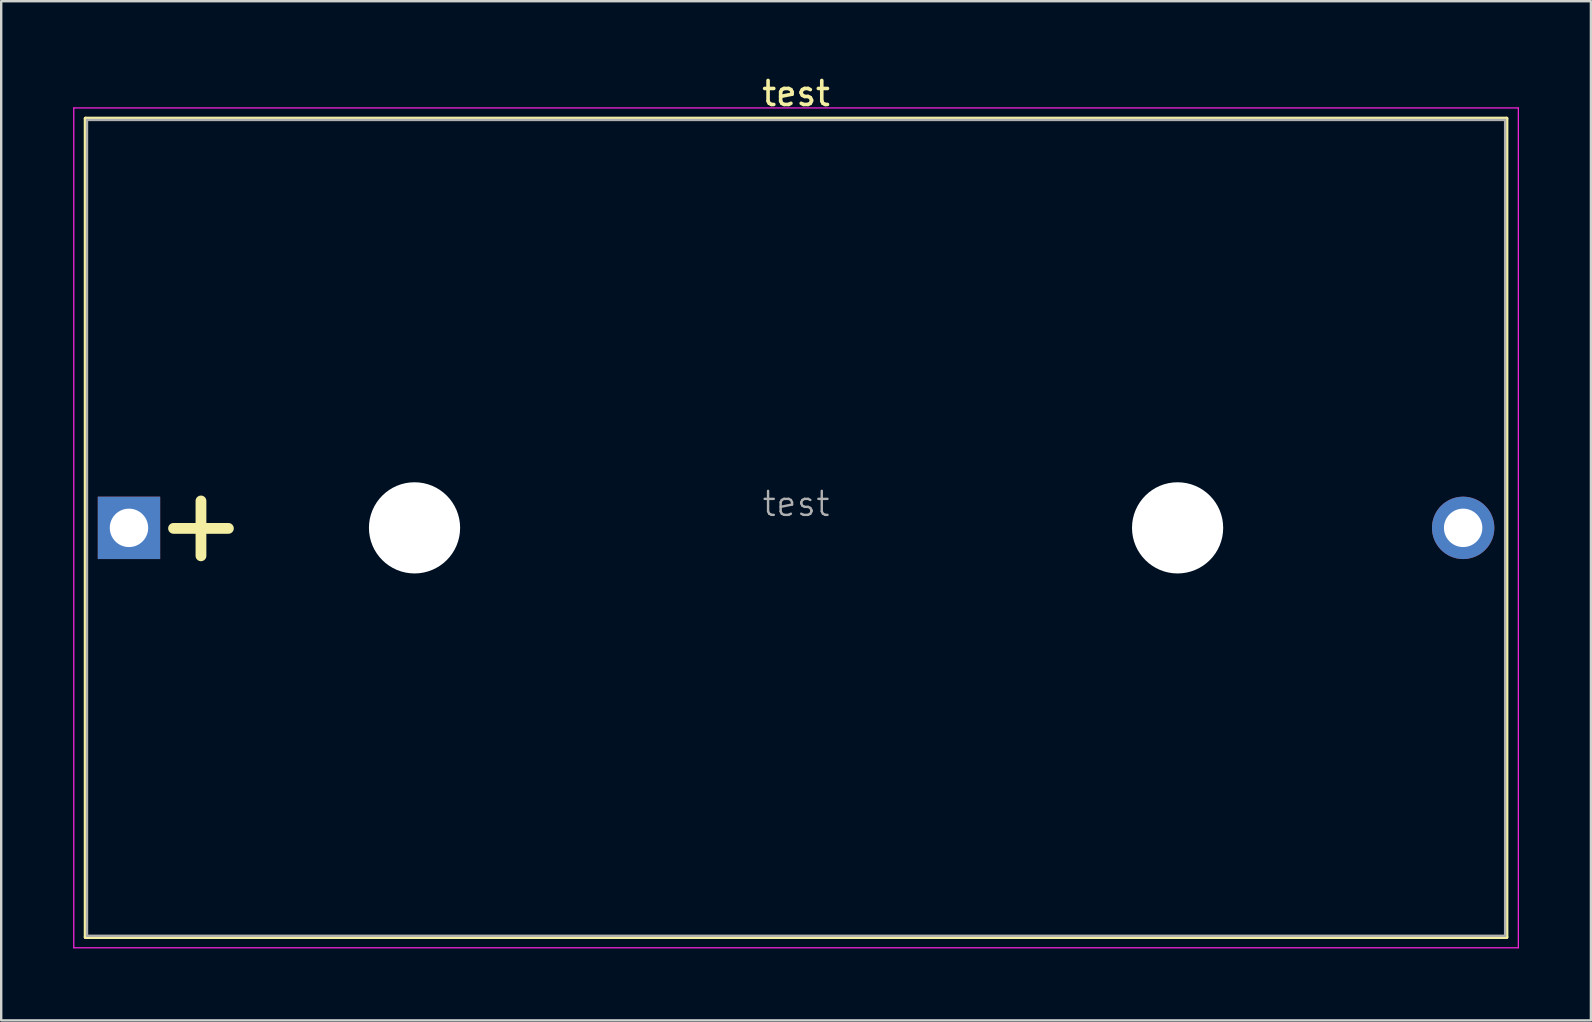
<source format=kicad_pcb>
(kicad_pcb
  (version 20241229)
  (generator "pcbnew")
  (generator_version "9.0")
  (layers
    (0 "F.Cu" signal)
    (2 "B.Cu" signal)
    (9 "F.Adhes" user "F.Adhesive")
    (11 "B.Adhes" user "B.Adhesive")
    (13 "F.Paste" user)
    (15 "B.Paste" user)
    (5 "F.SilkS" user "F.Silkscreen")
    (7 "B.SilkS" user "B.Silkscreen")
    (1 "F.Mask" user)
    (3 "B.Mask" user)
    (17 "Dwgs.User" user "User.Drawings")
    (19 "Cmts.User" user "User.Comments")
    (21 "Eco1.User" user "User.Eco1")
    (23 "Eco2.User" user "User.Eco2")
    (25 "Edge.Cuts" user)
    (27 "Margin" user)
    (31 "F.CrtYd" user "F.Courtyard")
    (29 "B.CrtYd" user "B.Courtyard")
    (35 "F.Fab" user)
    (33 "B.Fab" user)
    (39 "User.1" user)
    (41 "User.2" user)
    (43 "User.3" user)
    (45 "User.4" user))
  (footprint "test"
    (layer "F.Cu")
    (at 2.325 18.948)
    (property "Reference" "test" (at 27.8 -18.1 0) (layer "F.SilkS") (effects (font (size 1 1) (thickness 0.15))))
    (attr through_hole)
    (fp_line (start -1.81 -17.06) (end -1.81 17.06) (stroke (width 0.15) (type solid)) (layer "F.SilkS"))
    (fp_line (start -1.81 -17.06) (end 57.41 -17.06) (stroke (width 0.15) (type solid)) (layer "F.SilkS"))
    (fp_line (start -1.81 17.06) (end 57.41 17.06) (stroke (width 0.15) (type solid)) (layer "F.SilkS"))
    (fp_line (start 57.41 -17.06) (end 57.41 17.06) (stroke (width 0.15) (type solid)) (layer "F.SilkS"))
    (fp_line (start -2.3 -17.5) (end 57.9 -17.5) (stroke (width 0.05) (type solid)) (layer "F.CrtYd"))
    (fp_line (start -2.3 17.5) (end -2.3 -17.5) (stroke (width 0.05) (type solid)) (layer "F.CrtYd"))
    (fp_line (start 57.9 -17.5) (end 57.9 17.5) (stroke (width 0.05) (type solid)) (layer "F.CrtYd"))
    (fp_line (start 57.9 17.5) (end -2.3 17.5) (stroke (width 0.05) (type solid)) (layer "F.CrtYd"))
    (fp_line (start -1.75 -17) (end 57.35 -17) (stroke (width 0.1) (type solid)) (layer "F.Fab"))
    (fp_line (start -1.75 17) (end -1.75 -17) (stroke (width 0.1) (type solid)) (layer "F.Fab"))
    (fp_line (start 57.35 -17) (end 57.35 17) (stroke (width 0.1) (type solid)) (layer "F.Fab"))
    (fp_line (start 57.35 17) (end -1.75 17) (stroke (width 0.1) (type solid)) (layer "F.Fab"))
    (fp_text user "+" (at 3 -0.2 0) (layer "F.SilkS") (effects (font (size 3 3) (thickness 0.45))))
    (fp_text user "${REFERENCE}" (at 27.8 -1 0) (layer "F.Fab") (effects (font (size 1 1) (thickness 0.1))))
    (pad "" np_thru_hole circle (at 11.9 0) (size 3.8 3.8) (drill 3.8) (layers "*.Cu" "*.Mask"))
    (pad "" np_thru_hole circle (at 43.7 0) (size 3.8 3.8) (drill 3.8) (layers "*.Cu" "*.Mask"))
    (pad "1" thru_hole rect (at 0 0) (size 2.6 2.6) (drill 1.6) (layers "*.Cu" "*.Mask"))
    (pad "2" thru_hole circle (at 55.6 0) (size 2.6 2.6) (drill 1.6) (layers "*.Cu" "*.Mask")))
  (gr_rect
    (start -3 -3)
    (end 63.25 39.473)
    (stroke (width 0.1) (type default))
    (fill no)
    (layer "Edge.Cuts")))
</source>
